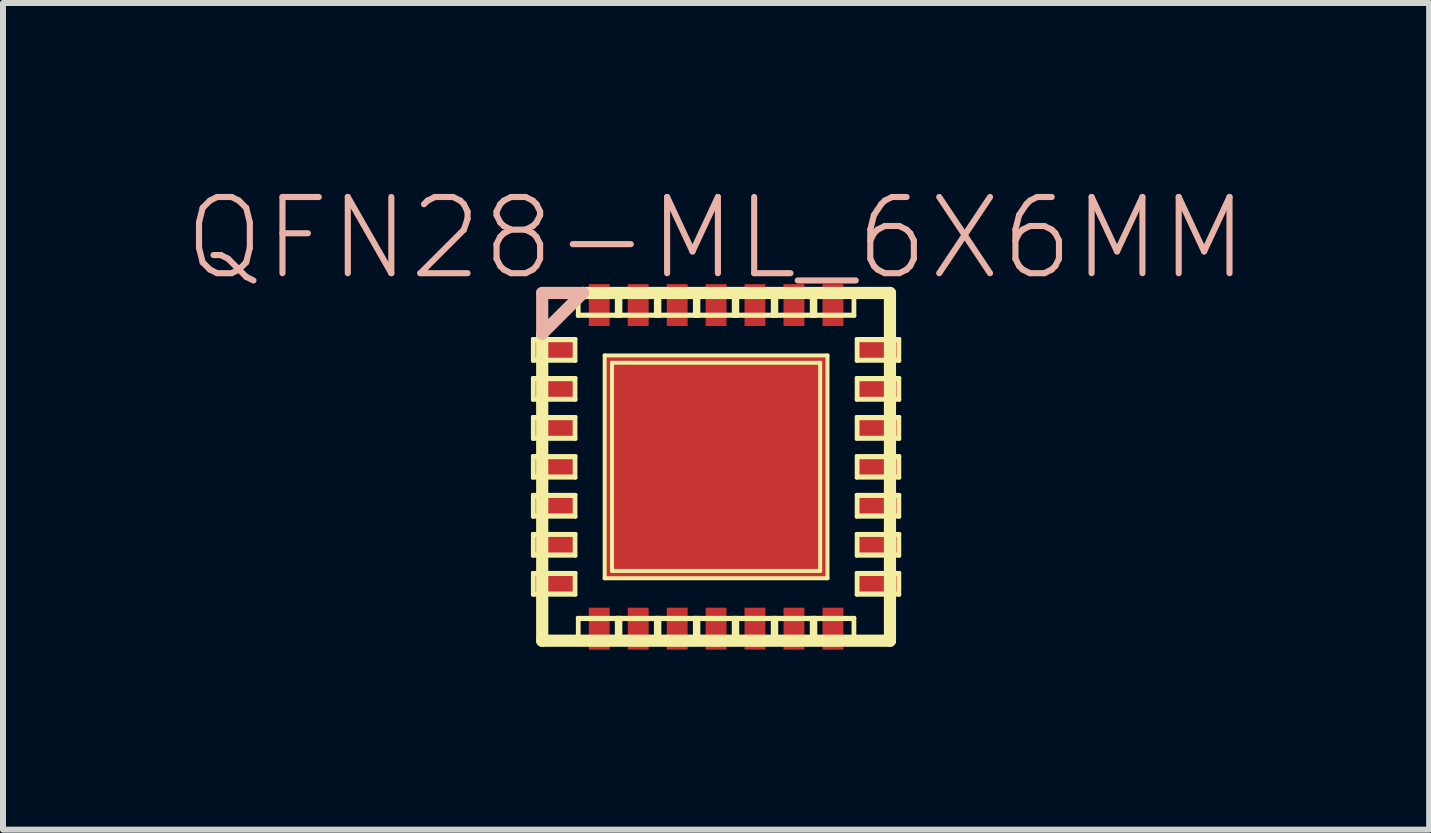
<source format=kicad_pcb>
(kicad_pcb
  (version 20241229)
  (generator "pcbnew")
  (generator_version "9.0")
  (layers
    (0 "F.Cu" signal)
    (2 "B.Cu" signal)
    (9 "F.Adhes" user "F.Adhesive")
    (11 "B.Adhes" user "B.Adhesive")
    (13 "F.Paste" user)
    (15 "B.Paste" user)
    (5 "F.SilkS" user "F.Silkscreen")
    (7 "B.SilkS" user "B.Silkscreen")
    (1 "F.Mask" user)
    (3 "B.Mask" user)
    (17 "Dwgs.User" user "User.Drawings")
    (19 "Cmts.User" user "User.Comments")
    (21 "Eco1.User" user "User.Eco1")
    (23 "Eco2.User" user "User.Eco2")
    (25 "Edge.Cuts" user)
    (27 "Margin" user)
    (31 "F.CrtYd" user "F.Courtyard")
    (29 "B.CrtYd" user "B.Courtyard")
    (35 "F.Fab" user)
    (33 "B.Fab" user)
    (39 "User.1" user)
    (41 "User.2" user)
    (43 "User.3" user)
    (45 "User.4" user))
  (footprint "QFN28-ML_6X6MM"
    (layer "F.Cu")
    (at 8.885 4.731)
    (property "Reference" "QFN28-ML_6X6MM" (at 0 -3.81 0) (layer "B.SilkS") (effects (font (size 1.27 1.27) (thickness 0.102))))
    (attr smd)
    (fp_line (start -3.053 -2.131) (end -2.344 -2.131) (stroke (width 0.066) (type solid)) (layer "F.SilkS"))
    (fp_line (start -3.053 -1.768) (end -3.053 -2.131) (stroke (width 0.066) (type solid)) (layer "F.SilkS"))
    (fp_line (start -3.053 -1.768) (end -2.344 -1.768) (stroke (width 0.066) (type solid)) (layer "F.SilkS"))
    (fp_line (start -3.053 -1.481) (end -2.344 -1.481) (stroke (width 0.066) (type solid)) (layer "F.SilkS"))
    (fp_line (start -3.053 -1.118) (end -3.053 -1.481) (stroke (width 0.066) (type solid)) (layer "F.SilkS"))
    (fp_line (start -3.053 -1.118) (end -2.344 -1.118) (stroke (width 0.066) (type solid)) (layer "F.SilkS"))
    (fp_line (start -3.053 -0.831) (end -2.344 -0.831) (stroke (width 0.066) (type solid)) (layer "F.SilkS"))
    (fp_line (start -3.053 -0.467) (end -3.053 -0.831) (stroke (width 0.066) (type solid)) (layer "F.SilkS"))
    (fp_line (start -3.053 -0.467) (end -2.344 -0.467) (stroke (width 0.066) (type solid)) (layer "F.SilkS"))
    (fp_line (start -3.053 -0.18) (end -2.344 -0.18) (stroke (width 0.066) (type solid)) (layer "F.SilkS"))
    (fp_line (start -3.053 0.18) (end -3.053 -0.18) (stroke (width 0.066) (type solid)) (layer "F.SilkS"))
    (fp_line (start -3.053 0.18) (end -2.344 0.18) (stroke (width 0.066) (type solid)) (layer "F.SilkS"))
    (fp_line (start -3.053 0.467) (end -2.344 0.467) (stroke (width 0.066) (type solid)) (layer "F.SilkS"))
    (fp_line (start -3.053 0.831) (end -3.053 0.467) (stroke (width 0.066) (type solid)) (layer "F.SilkS"))
    (fp_line (start -3.053 0.831) (end -2.344 0.831) (stroke (width 0.066) (type solid)) (layer "F.SilkS"))
    (fp_line (start -3.053 1.118) (end -2.344 1.118) (stroke (width 0.066) (type solid)) (layer "F.SilkS"))
    (fp_line (start -3.053 1.481) (end -3.053 1.118) (stroke (width 0.066) (type solid)) (layer "F.SilkS"))
    (fp_line (start -3.053 1.481) (end -2.344 1.481) (stroke (width 0.066) (type solid)) (layer "F.SilkS"))
    (fp_line (start -3.053 1.768) (end -2.344 1.768) (stroke (width 0.066) (type solid)) (layer "F.SilkS"))
    (fp_line (start -3.053 2.131) (end -3.053 1.768) (stroke (width 0.066) (type solid)) (layer "F.SilkS"))
    (fp_line (start -3.053 2.131) (end -2.344 2.131) (stroke (width 0.066) (type solid)) (layer "F.SilkS"))
    (fp_line (start -3.04 -2.111) (end -2.357 -2.111) (stroke (width 0.066) (type solid)) (layer "F.SilkS"))
    (fp_line (start -3.04 -1.786) (end -3.04 -2.111) (stroke (width 0.066) (type solid)) (layer "F.SilkS"))
    (fp_line (start -3.04 -1.786) (end -2.357 -1.786) (stroke (width 0.066) (type solid)) (layer "F.SilkS"))
    (fp_line (start -3.04 -1.46) (end -2.357 -1.46) (stroke (width 0.066) (type solid)) (layer "F.SilkS"))
    (fp_line (start -3.04 -1.135) (end -3.04 -1.46) (stroke (width 0.066) (type solid)) (layer "F.SilkS"))
    (fp_line (start -3.04 -1.135) (end -2.357 -1.135) (stroke (width 0.066) (type solid)) (layer "F.SilkS"))
    (fp_line (start -3.04 -0.81) (end -2.357 -0.81) (stroke (width 0.066) (type solid)) (layer "F.SilkS"))
    (fp_line (start -3.04 -0.485) (end -3.04 -0.81) (stroke (width 0.066) (type solid)) (layer "F.SilkS"))
    (fp_line (start -3.04 -0.485) (end -2.357 -0.485) (stroke (width 0.066) (type solid)) (layer "F.SilkS"))
    (fp_line (start -3.04 -0.16) (end -2.357 -0.16) (stroke (width 0.066) (type solid)) (layer "F.SilkS"))
    (fp_line (start -3.04 0.16) (end -3.04 -0.16) (stroke (width 0.066) (type solid)) (layer "F.SilkS"))
    (fp_line (start -3.04 0.16) (end -2.357 0.16) (stroke (width 0.066) (type solid)) (layer "F.SilkS"))
    (fp_line (start -3.04 0.485) (end -2.357 0.485) (stroke (width 0.066) (type solid)) (layer "F.SilkS"))
    (fp_line (start -3.04 0.81) (end -3.04 0.485) (stroke (width 0.066) (type solid)) (layer "F.SilkS"))
    (fp_line (start -3.04 0.81) (end -2.357 0.81) (stroke (width 0.066) (type solid)) (layer "F.SilkS"))
    (fp_line (start -3.04 1.135) (end -2.357 1.135) (stroke (width 0.066) (type solid)) (layer "F.SilkS"))
    (fp_line (start -3.04 1.46) (end -3.04 1.135) (stroke (width 0.066) (type solid)) (layer "F.SilkS"))
    (fp_line (start -3.04 1.46) (end -2.357 1.46) (stroke (width 0.066) (type solid)) (layer "F.SilkS"))
    (fp_line (start -3.04 1.786) (end -2.357 1.786) (stroke (width 0.066) (type solid)) (layer "F.SilkS"))
    (fp_line (start -3.04 2.111) (end -3.04 1.786) (stroke (width 0.066) (type solid)) (layer "F.SilkS"))
    (fp_line (start -3.04 2.111) (end -2.357 2.111) (stroke (width 0.066) (type solid)) (layer "F.SilkS"))
    (fp_line (start -2.898 -2.22) (end -2.898 2.898) (stroke (width 0.203) (type solid)) (layer "F.SilkS"))
    (fp_line (start -2.898 2.898) (end 2.898 2.898) (stroke (width 0.203) (type solid)) (layer "F.SilkS"))
    (fp_line (start -2.357 -1.786) (end -2.357 -2.111) (stroke (width 0.066) (type solid)) (layer "F.SilkS"))
    (fp_line (start -2.357 -1.135) (end -2.357 -1.46) (stroke (width 0.066) (type solid)) (layer "F.SilkS"))
    (fp_line (start -2.357 -0.485) (end -2.357 -0.81) (stroke (width 0.066) (type solid)) (layer "F.SilkS"))
    (fp_line (start -2.357 0.16) (end -2.357 -0.16) (stroke (width 0.066) (type solid)) (layer "F.SilkS"))
    (fp_line (start -2.357 0.81) (end -2.357 0.485) (stroke (width 0.066) (type solid)) (layer "F.SilkS"))
    (fp_line (start -2.357 1.46) (end -2.357 1.135) (stroke (width 0.066) (type solid)) (layer "F.SilkS"))
    (fp_line (start -2.357 2.111) (end -2.357 1.786) (stroke (width 0.066) (type solid)) (layer "F.SilkS"))
    (fp_line (start -2.344 -1.768) (end -2.344 -2.131) (stroke (width 0.066) (type solid)) (layer "F.SilkS"))
    (fp_line (start -2.344 -1.118) (end -2.344 -1.481) (stroke (width 0.066) (type solid)) (layer "F.SilkS"))
    (fp_line (start -2.344 -0.467) (end -2.344 -0.831) (stroke (width 0.066) (type solid)) (layer "F.SilkS"))
    (fp_line (start -2.344 0.18) (end -2.344 -0.18) (stroke (width 0.066) (type solid)) (layer "F.SilkS"))
    (fp_line (start -2.344 0.831) (end -2.344 0.467) (stroke (width 0.066) (type solid)) (layer "F.SilkS"))
    (fp_line (start -2.344 1.481) (end -2.344 1.118) (stroke (width 0.066) (type solid)) (layer "F.SilkS"))
    (fp_line (start -2.344 2.131) (end -2.344 1.768) (stroke (width 0.066) (type solid)) (layer "F.SilkS"))
    (fp_line (start -2.304 -2.88) (end -1.595 -2.88) (stroke (width 0.066) (type solid)) (layer "F.SilkS"))
    (fp_line (start -2.304 -2.517) (end -2.304 -2.88) (stroke (width 0.066) (type solid)) (layer "F.SilkS"))
    (fp_line (start -2.304 -2.517) (end -1.595 -2.517) (stroke (width 0.066) (type solid)) (layer "F.SilkS"))
    (fp_line (start -2.304 2.517) (end -1.595 2.517) (stroke (width 0.066) (type solid)) (layer "F.SilkS"))
    (fp_line (start -2.304 2.88) (end -2.304 2.517) (stroke (width 0.066) (type solid)) (layer "F.SilkS"))
    (fp_line (start -2.304 2.88) (end -1.595 2.88) (stroke (width 0.066) (type solid)) (layer "F.SilkS"))
    (fp_line (start -2.291 -2.863) (end -1.608 -2.863) (stroke (width 0.066) (type solid)) (layer "F.SilkS"))
    (fp_line (start -2.291 -2.537) (end -2.291 -2.863) (stroke (width 0.066) (type solid)) (layer "F.SilkS"))
    (fp_line (start -2.291 -2.537) (end -1.608 -2.537) (stroke (width 0.066) (type solid)) (layer "F.SilkS"))
    (fp_line (start -2.291 2.537) (end -1.608 2.537) (stroke (width 0.066) (type solid)) (layer "F.SilkS"))
    (fp_line (start -2.291 2.863) (end -2.291 2.537) (stroke (width 0.066) (type solid)) (layer "F.SilkS"))
    (fp_line (start -2.291 2.863) (end -1.608 2.863) (stroke (width 0.066) (type solid)) (layer "F.SilkS"))
    (fp_line (start -1.857 -1.857) (end 1.857 -1.857) (stroke (width 0.066) (type solid)) (layer "F.SilkS"))
    (fp_line (start -1.857 1.857) (end -1.857 -1.857) (stroke (width 0.066) (type solid)) (layer "F.SilkS"))
    (fp_line (start -1.857 1.857) (end 1.857 1.857) (stroke (width 0.066) (type solid)) (layer "F.SilkS"))
    (fp_line (start -1.735 -1.735) (end 1.735 -1.735) (stroke (width 0.066) (type solid)) (layer "F.SilkS"))
    (fp_line (start -1.735 1.735) (end -1.735 -1.735) (stroke (width 0.066) (type solid)) (layer "F.SilkS"))
    (fp_line (start -1.735 1.735) (end 1.735 1.735) (stroke (width 0.066) (type solid)) (layer "F.SilkS"))
    (fp_line (start -1.654 -2.88) (end -0.945 -2.88) (stroke (width 0.066) (type solid)) (layer "F.SilkS"))
    (fp_line (start -1.654 -2.517) (end -1.654 -2.88) (stroke (width 0.066) (type solid)) (layer "F.SilkS"))
    (fp_line (start -1.654 -2.517) (end -0.945 -2.517) (stroke (width 0.066) (type solid)) (layer "F.SilkS"))
    (fp_line (start -1.654 2.517) (end -0.945 2.517) (stroke (width 0.066) (type solid)) (layer "F.SilkS"))
    (fp_line (start -1.654 2.88) (end -1.654 2.517) (stroke (width 0.066) (type solid)) (layer "F.SilkS"))
    (fp_line (start -1.654 2.88) (end -0.945 2.88) (stroke (width 0.066) (type solid)) (layer "F.SilkS"))
    (fp_line (start -1.641 -2.863) (end -0.958 -2.863) (stroke (width 0.066) (type solid)) (layer "F.SilkS"))
    (fp_line (start -1.641 -2.537) (end -1.641 -2.863) (stroke (width 0.066) (type solid)) (layer "F.SilkS"))
    (fp_line (start -1.641 -2.537) (end -0.958 -2.537) (stroke (width 0.066) (type solid)) (layer "F.SilkS"))
    (fp_line (start -1.641 2.537) (end -0.958 2.537) (stroke (width 0.066) (type solid)) (layer "F.SilkS"))
    (fp_line (start -1.641 2.863) (end -1.641 2.537) (stroke (width 0.066) (type solid)) (layer "F.SilkS"))
    (fp_line (start -1.641 2.863) (end -0.958 2.863) (stroke (width 0.066) (type solid)) (layer "F.SilkS"))
    (fp_line (start -1.608 -2.537) (end -1.608 -2.863) (stroke (width 0.066) (type solid)) (layer "F.SilkS"))
    (fp_line (start -1.608 2.863) (end -1.608 2.537) (stroke (width 0.066) (type solid)) (layer "F.SilkS"))
    (fp_line (start -1.595 -2.517) (end -1.595 -2.88) (stroke (width 0.066) (type solid)) (layer "F.SilkS"))
    (fp_line (start -1.595 2.88) (end -1.595 2.517) (stroke (width 0.066) (type solid)) (layer "F.SilkS"))
    (fp_line (start -1.003 -2.88) (end -0.295 -2.88) (stroke (width 0.066) (type solid)) (layer "F.SilkS"))
    (fp_line (start -1.003 -2.517) (end -1.003 -2.88) (stroke (width 0.066) (type solid)) (layer "F.SilkS"))
    (fp_line (start -1.003 -2.517) (end -0.295 -2.517) (stroke (width 0.066) (type solid)) (layer "F.SilkS"))
    (fp_line (start -1.003 2.517) (end -0.295 2.517) (stroke (width 0.066) (type solid)) (layer "F.SilkS"))
    (fp_line (start -1.003 2.88) (end -1.003 2.517) (stroke (width 0.066) (type solid)) (layer "F.SilkS"))
    (fp_line (start -1.003 2.88) (end -0.295 2.88) (stroke (width 0.066) (type solid)) (layer "F.SilkS"))
    (fp_line (start -0.991 -2.863) (end -0.307 -2.863) (stroke (width 0.066) (type solid)) (layer "F.SilkS"))
    (fp_line (start -0.991 -2.537) (end -0.991 -2.863) (stroke (width 0.066) (type solid)) (layer "F.SilkS"))
    (fp_line (start -0.991 -2.537) (end -0.307 -2.537) (stroke (width 0.066) (type solid)) (layer "F.SilkS"))
    (fp_line (start -0.991 2.537) (end -0.307 2.537) (stroke (width 0.066) (type solid)) (layer "F.SilkS"))
    (fp_line (start -0.991 2.863) (end -0.991 2.537) (stroke (width 0.066) (type solid)) (layer "F.SilkS"))
    (fp_line (start -0.991 2.863) (end -0.307 2.863) (stroke (width 0.066) (type solid)) (layer "F.SilkS"))
    (fp_line (start -0.958 -2.537) (end -0.958 -2.863) (stroke (width 0.066) (type solid)) (layer "F.SilkS"))
    (fp_line (start -0.958 2.863) (end -0.958 2.537) (stroke (width 0.066) (type solid)) (layer "F.SilkS"))
    (fp_line (start -0.945 -2.517) (end -0.945 -2.88) (stroke (width 0.066) (type solid)) (layer "F.SilkS"))
    (fp_line (start -0.945 2.88) (end -0.945 2.517) (stroke (width 0.066) (type solid)) (layer "F.SilkS"))
    (fp_line (start -0.353 -2.88) (end 0.353 -2.88) (stroke (width 0.066) (type solid)) (layer "F.SilkS"))
    (fp_line (start -0.353 -2.517) (end -0.353 -2.88) (stroke (width 0.066) (type solid)) (layer "F.SilkS"))
    (fp_line (start -0.353 -2.517) (end 0.353 -2.517) (stroke (width 0.066) (type solid)) (layer "F.SilkS"))
    (fp_line (start -0.353 2.517) (end 0.353 2.517) (stroke (width 0.066) (type solid)) (layer "F.SilkS"))
    (fp_line (start -0.353 2.88) (end -0.353 2.517) (stroke (width 0.066) (type solid)) (layer "F.SilkS"))
    (fp_line (start -0.353 2.88) (end 0.353 2.88) (stroke (width 0.066) (type solid)) (layer "F.SilkS"))
    (fp_line (start -0.34 -2.863) (end 0.34 -2.863) (stroke (width 0.066) (type solid)) (layer "F.SilkS"))
    (fp_line (start -0.34 -2.537) (end -0.34 -2.863) (stroke (width 0.066) (type solid)) (layer "F.SilkS"))
    (fp_line (start -0.34 -2.537) (end 0.34 -2.537) (stroke (width 0.066) (type solid)) (layer "F.SilkS"))
    (fp_line (start -0.34 2.537) (end 0.34 2.537) (stroke (width 0.066) (type solid)) (layer "F.SilkS"))
    (fp_line (start -0.34 2.863) (end -0.34 2.537) (stroke (width 0.066) (type solid)) (layer "F.SilkS"))
    (fp_line (start -0.34 2.863) (end 0.34 2.863) (stroke (width 0.066) (type solid)) (layer "F.SilkS"))
    (fp_line (start -0.307 -2.537) (end -0.307 -2.863) (stroke (width 0.066) (type solid)) (layer "F.SilkS"))
    (fp_line (start -0.307 2.863) (end -0.307 2.537) (stroke (width 0.066) (type solid)) (layer "F.SilkS"))
    (fp_line (start -0.295 -2.517) (end -0.295 -2.88) (stroke (width 0.066) (type solid)) (layer "F.SilkS"))
    (fp_line (start -0.295 2.88) (end -0.295 2.517) (stroke (width 0.066) (type solid)) (layer "F.SilkS"))
    (fp_line (start 0.295 -2.88) (end 1.003 -2.88) (stroke (width 0.066) (type solid)) (layer "F.SilkS"))
    (fp_line (start 0.295 -2.517) (end 0.295 -2.88) (stroke (width 0.066) (type solid)) (layer "F.SilkS"))
    (fp_line (start 0.295 -2.517) (end 1.003 -2.517) (stroke (width 0.066) (type solid)) (layer "F.SilkS"))
    (fp_line (start 0.295 2.517) (end 1.003 2.517) (stroke (width 0.066) (type solid)) (layer "F.SilkS"))
    (fp_line (start 0.295 2.88) (end 0.295 2.517) (stroke (width 0.066) (type solid)) (layer "F.SilkS"))
    (fp_line (start 0.295 2.88) (end 1.003 2.88) (stroke (width 0.066) (type solid)) (layer "F.SilkS"))
    (fp_line (start 0.307 -2.863) (end 0.991 -2.863) (stroke (width 0.066) (type solid)) (layer "F.SilkS"))
    (fp_line (start 0.307 -2.537) (end 0.307 -2.863) (stroke (width 0.066) (type solid)) (layer "F.SilkS"))
    (fp_line (start 0.307 -2.537) (end 0.991 -2.537) (stroke (width 0.066) (type solid)) (layer "F.SilkS"))
    (fp_line (start 0.307 2.537) (end 0.991 2.537) (stroke (width 0.066) (type solid)) (layer "F.SilkS"))
    (fp_line (start 0.307 2.863) (end 0.307 2.537) (stroke (width 0.066) (type solid)) (layer "F.SilkS"))
    (fp_line (start 0.307 2.863) (end 0.991 2.863) (stroke (width 0.066) (type solid)) (layer "F.SilkS"))
    (fp_line (start 0.34 -2.537) (end 0.34 -2.863) (stroke (width 0.066) (type solid)) (layer "F.SilkS"))
    (fp_line (start 0.34 2.863) (end 0.34 2.537) (stroke (width 0.066) (type solid)) (layer "F.SilkS"))
    (fp_line (start 0.353 -2.517) (end 0.353 -2.88) (stroke (width 0.066) (type solid)) (layer "F.SilkS"))
    (fp_line (start 0.353 2.88) (end 0.353 2.517) (stroke (width 0.066) (type solid)) (layer "F.SilkS"))
    (fp_line (start 0.945 -2.88) (end 1.654 -2.88) (stroke (width 0.066) (type solid)) (layer "F.SilkS"))
    (fp_line (start 0.945 -2.517) (end 0.945 -2.88) (stroke (width 0.066) (type solid)) (layer "F.SilkS"))
    (fp_line (start 0.945 -2.517) (end 1.654 -2.517) (stroke (width 0.066) (type solid)) (layer "F.SilkS"))
    (fp_line (start 0.945 2.517) (end 1.654 2.517) (stroke (width 0.066) (type solid)) (layer "F.SilkS"))
    (fp_line (start 0.945 2.88) (end 0.945 2.517) (stroke (width 0.066) (type solid)) (layer "F.SilkS"))
    (fp_line (start 0.945 2.88) (end 1.654 2.88) (stroke (width 0.066) (type solid)) (layer "F.SilkS"))
    (fp_line (start 0.958 -2.863) (end 1.641 -2.863) (stroke (width 0.066) (type solid)) (layer "F.SilkS"))
    (fp_line (start 0.958 -2.537) (end 0.958 -2.863) (stroke (width 0.066) (type solid)) (layer "F.SilkS"))
    (fp_line (start 0.958 -2.537) (end 1.641 -2.537) (stroke (width 0.066) (type solid)) (layer "F.SilkS"))
    (fp_line (start 0.958 2.537) (end 1.641 2.537) (stroke (width 0.066) (type solid)) (layer "F.SilkS"))
    (fp_line (start 0.958 2.863) (end 0.958 2.537) (stroke (width 0.066) (type solid)) (layer "F.SilkS"))
    (fp_line (start 0.958 2.863) (end 1.641 2.863) (stroke (width 0.066) (type solid)) (layer "F.SilkS"))
    (fp_line (start 0.991 -2.537) (end 0.991 -2.863) (stroke (width 0.066) (type solid)) (layer "F.SilkS"))
    (fp_line (start 0.991 2.863) (end 0.991 2.537) (stroke (width 0.066) (type solid)) (layer "F.SilkS"))
    (fp_line (start 1.003 -2.517) (end 1.003 -2.88) (stroke (width 0.066) (type solid)) (layer "F.SilkS"))
    (fp_line (start 1.003 2.88) (end 1.003 2.517) (stroke (width 0.066) (type solid)) (layer "F.SilkS"))
    (fp_line (start 1.595 -2.88) (end 2.304 -2.88) (stroke (width 0.066) (type solid)) (layer "F.SilkS"))
    (fp_line (start 1.595 -2.517) (end 1.595 -2.88) (stroke (width 0.066) (type solid)) (layer "F.SilkS"))
    (fp_line (start 1.595 -2.517) (end 2.304 -2.517) (stroke (width 0.066) (type solid)) (layer "F.SilkS"))
    (fp_line (start 1.595 2.517) (end 2.304 2.517) (stroke (width 0.066) (type solid)) (layer "F.SilkS"))
    (fp_line (start 1.595 2.88) (end 1.595 2.517) (stroke (width 0.066) (type solid)) (layer "F.SilkS"))
    (fp_line (start 1.595 2.88) (end 2.304 2.88) (stroke (width 0.066) (type solid)) (layer "F.SilkS"))
    (fp_line (start 1.608 -2.863) (end 2.291 -2.863) (stroke (width 0.066) (type solid)) (layer "F.SilkS"))
    (fp_line (start 1.608 -2.537) (end 1.608 -2.863) (stroke (width 0.066) (type solid)) (layer "F.SilkS"))
    (fp_line (start 1.608 -2.537) (end 2.291 -2.537) (stroke (width 0.066) (type solid)) (layer "F.SilkS"))
    (fp_line (start 1.608 2.537) (end 2.291 2.537) (stroke (width 0.066) (type solid)) (layer "F.SilkS"))
    (fp_line (start 1.608 2.863) (end 1.608 2.537) (stroke (width 0.066) (type solid)) (layer "F.SilkS"))
    (fp_line (start 1.608 2.863) (end 2.291 2.863) (stroke (width 0.066) (type solid)) (layer "F.SilkS"))
    (fp_line (start 1.641 -2.537) (end 1.641 -2.863) (stroke (width 0.066) (type solid)) (layer "F.SilkS"))
    (fp_line (start 1.641 2.863) (end 1.641 2.537) (stroke (width 0.066) (type solid)) (layer "F.SilkS"))
    (fp_line (start 1.654 -2.517) (end 1.654 -2.88) (stroke (width 0.066) (type solid)) (layer "F.SilkS"))
    (fp_line (start 1.654 2.88) (end 1.654 2.517) (stroke (width 0.066) (type solid)) (layer "F.SilkS"))
    (fp_line (start 1.735 1.735) (end 1.735 -1.735) (stroke (width 0.066) (type solid)) (layer "F.SilkS"))
    (fp_line (start 1.857 1.857) (end 1.857 -1.857) (stroke (width 0.066) (type solid)) (layer "F.SilkS"))
    (fp_line (start 2.291 -2.537) (end 2.291 -2.863) (stroke (width 0.066) (type solid)) (layer "F.SilkS"))
    (fp_line (start 2.291 2.863) (end 2.291 2.537) (stroke (width 0.066) (type solid)) (layer "F.SilkS"))
    (fp_line (start 2.304 -2.517) (end 2.304 -2.88) (stroke (width 0.066) (type solid)) (layer "F.SilkS"))
    (fp_line (start 2.304 2.88) (end 2.304 2.517) (stroke (width 0.066) (type solid)) (layer "F.SilkS"))
    (fp_line (start 2.344 -2.131) (end 3.053 -2.131) (stroke (width 0.066) (type solid)) (layer "F.SilkS"))
    (fp_line (start 2.344 -1.768) (end 2.344 -2.131) (stroke (width 0.066) (type solid)) (layer "F.SilkS"))
    (fp_line (start 2.344 -1.768) (end 3.053 -1.768) (stroke (width 0.066) (type solid)) (layer "F.SilkS"))
    (fp_line (start 2.344 -1.481) (end 3.053 -1.481) (stroke (width 0.066) (type solid)) (layer "F.SilkS"))
    (fp_line (start 2.344 -1.118) (end 2.344 -1.481) (stroke (width 0.066) (type solid)) (layer "F.SilkS"))
    (fp_line (start 2.344 -1.118) (end 3.053 -1.118) (stroke (width 0.066) (type solid)) (layer "F.SilkS"))
    (fp_line (start 2.344 -0.831) (end 3.053 -0.831) (stroke (width 0.066) (type solid)) (layer "F.SilkS"))
    (fp_line (start 2.344 -0.467) (end 2.344 -0.831) (stroke (width 0.066) (type solid)) (layer "F.SilkS"))
    (fp_line (start 2.344 -0.467) (end 3.053 -0.467) (stroke (width 0.066) (type solid)) (layer "F.SilkS"))
    (fp_line (start 2.344 -0.18) (end 3.053 -0.18) (stroke (width 0.066) (type solid)) (layer "F.SilkS"))
    (fp_line (start 2.344 0.18) (end 2.344 -0.18) (stroke (width 0.066) (type solid)) (layer "F.SilkS"))
    (fp_line (start 2.344 0.18) (end 3.053 0.18) (stroke (width 0.066) (type solid)) (layer "F.SilkS"))
    (fp_line (start 2.344 0.467) (end 3.053 0.467) (stroke (width 0.066) (type solid)) (layer "F.SilkS"))
    (fp_line (start 2.344 0.831) (end 2.344 0.467) (stroke (width 0.066) (type solid)) (layer "F.SilkS"))
    (fp_line (start 2.344 0.831) (end 3.053 0.831) (stroke (width 0.066) (type solid)) (layer "F.SilkS"))
    (fp_line (start 2.344 1.118) (end 3.053 1.118) (stroke (width 0.066) (type solid)) (layer "F.SilkS"))
    (fp_line (start 2.344 1.481) (end 2.344 1.118) (stroke (width 0.066) (type solid)) (layer "F.SilkS"))
    (fp_line (start 2.344 1.481) (end 3.053 1.481) (stroke (width 0.066) (type solid)) (layer "F.SilkS"))
    (fp_line (start 2.344 1.768) (end 3.053 1.768) (stroke (width 0.066) (type solid)) (layer "F.SilkS"))
    (fp_line (start 2.344 2.131) (end 2.344 1.768) (stroke (width 0.066) (type solid)) (layer "F.SilkS"))
    (fp_line (start 2.344 2.131) (end 3.053 2.131) (stroke (width 0.066) (type solid)) (layer "F.SilkS"))
    (fp_line (start 2.357 -2.111) (end 3.04 -2.111) (stroke (width 0.066) (type solid)) (layer "F.SilkS"))
    (fp_line (start 2.357 -1.786) (end 2.357 -2.111) (stroke (width 0.066) (type solid)) (layer "F.SilkS"))
    (fp_line (start 2.357 -1.786) (end 3.04 -1.786) (stroke (width 0.066) (type solid)) (layer "F.SilkS"))
    (fp_line (start 2.357 -1.46) (end 3.04 -1.46) (stroke (width 0.066) (type solid)) (layer "F.SilkS"))
    (fp_line (start 2.357 -1.135) (end 2.357 -1.46) (stroke (width 0.066) (type solid)) (layer "F.SilkS"))
    (fp_line (start 2.357 -1.135) (end 3.04 -1.135) (stroke (width 0.066) (type solid)) (layer "F.SilkS"))
    (fp_line (start 2.357 -0.81) (end 3.04 -0.81) (stroke (width 0.066) (type solid)) (layer "F.SilkS"))
    (fp_line (start 2.357 -0.485) (end 2.357 -0.81) (stroke (width 0.066) (type solid)) (layer "F.SilkS"))
    (fp_line (start 2.357 -0.485) (end 3.04 -0.485) (stroke (width 0.066) (type solid)) (layer "F.SilkS"))
    (fp_line (start 2.357 -0.16) (end 3.04 -0.16) (stroke (width 0.066) (type solid)) (layer "F.SilkS"))
    (fp_line (start 2.357 0.16) (end 2.357 -0.16) (stroke (width 0.066) (type solid)) (layer "F.SilkS"))
    (fp_line (start 2.357 0.16) (end 3.04 0.16) (stroke (width 0.066) (type solid)) (layer "F.SilkS"))
    (fp_line (start 2.357 0.485) (end 3.04 0.485) (stroke (width 0.066) (type solid)) (layer "F.SilkS"))
    (fp_line (start 2.357 0.81) (end 2.357 0.485) (stroke (width 0.066) (type solid)) (layer "F.SilkS"))
    (fp_line (start 2.357 0.81) (end 3.04 0.81) (stroke (width 0.066) (type solid)) (layer "F.SilkS"))
    (fp_line (start 2.357 1.135) (end 3.04 1.135) (stroke (width 0.066) (type solid)) (layer "F.SilkS"))
    (fp_line (start 2.357 1.46) (end 2.357 1.135) (stroke (width 0.066) (type solid)) (layer "F.SilkS"))
    (fp_line (start 2.357 1.46) (end 3.04 1.46) (stroke (width 0.066) (type solid)) (layer "F.SilkS"))
    (fp_line (start 2.357 1.786) (end 3.04 1.786) (stroke (width 0.066) (type solid)) (layer "F.SilkS"))
    (fp_line (start 2.357 2.111) (end 2.357 1.786) (stroke (width 0.066) (type solid)) (layer "F.SilkS"))
    (fp_line (start 2.357 2.111) (end 3.04 2.111) (stroke (width 0.066) (type solid)) (layer "F.SilkS"))
    (fp_line (start 2.898 -2.898) (end -2.22 -2.898) (stroke (width 0.203) (type solid)) (layer "F.SilkS"))
    (fp_line (start 2.898 2.898) (end 2.898 -2.898) (stroke (width 0.203) (type solid)) (layer "F.SilkS"))
    (fp_line (start 3.04 -1.786) (end 3.04 -2.111) (stroke (width 0.066) (type solid)) (layer "F.SilkS"))
    (fp_line (start 3.04 -1.135) (end 3.04 -1.46) (stroke (width 0.066) (type solid)) (layer "F.SilkS"))
    (fp_line (start 3.04 -0.485) (end 3.04 -0.81) (stroke (width 0.066) (type solid)) (layer "F.SilkS"))
    (fp_line (start 3.04 0.16) (end 3.04 -0.16) (stroke (width 0.066) (type solid)) (layer "F.SilkS"))
    (fp_line (start 3.04 0.81) (end 3.04 0.485) (stroke (width 0.066) (type solid)) (layer "F.SilkS"))
    (fp_line (start 3.04 1.46) (end 3.04 1.135) (stroke (width 0.066) (type solid)) (layer "F.SilkS"))
    (fp_line (start 3.04 2.111) (end 3.04 1.786) (stroke (width 0.066) (type solid)) (layer "F.SilkS"))
    (fp_line (start 3.053 -1.768) (end 3.053 -2.131) (stroke (width 0.066) (type solid)) (layer "F.SilkS"))
    (fp_line (start 3.053 -1.118) (end 3.053 -1.481) (stroke (width 0.066) (type solid)) (layer "F.SilkS"))
    (fp_line (start 3.053 -0.467) (end 3.053 -0.831) (stroke (width 0.066) (type solid)) (layer "F.SilkS"))
    (fp_line (start 3.053 0.18) (end 3.053 -0.18) (stroke (width 0.066) (type solid)) (layer "F.SilkS"))
    (fp_line (start 3.053 0.831) (end 3.053 0.467) (stroke (width 0.066) (type solid)) (layer "F.SilkS"))
    (fp_line (start 3.053 1.481) (end 3.053 1.118) (stroke (width 0.066) (type solid)) (layer "F.SilkS"))
    (fp_line (start 3.053 2.131) (end 3.053 1.768) (stroke (width 0.066) (type solid)) (layer "F.SilkS"))
    (fp_line (start -2.898 -2.898) (end -2.22 -2.898) (stroke (width 0.203) (type solid)) (layer "B.SilkS"))
    (fp_line (start -2.898 -2.22) (end -2.898 -2.898) (stroke (width 0.203) (type solid)) (layer "B.SilkS"))
    (fp_line (start -2.22 -2.898) (end -2.898 -2.22) (stroke (width 0.203) (type solid)) (layer "B.SilkS"))
    (fp_line (start -2.22 -2.898) (end -2.22 -2.898) (stroke (width 0.203) (type solid)) (layer "B.SilkS"))
    (pad "1" smd rect (at -2.697 -1.948) (size 0.699 0.348) (layers "F.Cu" "F.Mask" "F.Paste"))
    (pad "2" smd rect (at -2.697 -1.298) (size 0.699 0.348) (layers "F.Cu" "F.Mask" "F.Paste"))
    (pad "3" smd rect (at -2.697 -0.648) (size 0.699 0.348) (layers "F.Cu" "F.Mask" "F.Paste"))
    (pad "4" smd rect (at -2.697 0) (size 0.699 0.348) (layers "F.Cu" "F.Mask" "F.Paste"))
    (pad "5" smd rect (at -2.697 0.648) (size 0.699 0.348) (layers "F.Cu" "F.Mask" "F.Paste"))
    (pad "6" smd rect (at -2.697 1.298) (size 0.699 0.348) (layers "F.Cu" "F.Mask" "F.Paste"))
    (pad "7" smd rect (at -2.697 1.948) (size 0.699 0.348) (layers "F.Cu" "F.Mask" "F.Paste"))
    (pad "8" smd rect (at -1.948 2.697) (size 0.348 0.699) (layers "F.Cu" "F.Mask" "F.Paste"))
    (pad "9" smd rect (at -1.298 2.697) (size 0.348 0.699) (layers "F.Cu" "F.Mask" "F.Paste"))
    (pad "10" smd rect (at -0.648 2.697) (size 0.348 0.699) (layers "F.Cu" "F.Mask" "F.Paste"))
    (pad "11" smd rect (at 0 2.697) (size 0.348 0.699) (layers "F.Cu" "F.Mask" "F.Paste"))
    (pad "12" smd rect (at 0.648 2.697) (size 0.348 0.699) (layers "F.Cu" "F.Mask" "F.Paste"))
    (pad "13" smd rect (at 1.298 2.697) (size 0.348 0.699) (layers "F.Cu" "F.Mask" "F.Paste"))
    (pad "14" smd rect (at 1.948 2.697) (size 0.348 0.699) (layers "F.Cu" "F.Mask" "F.Paste"))
    (pad "15" smd rect (at 2.697 1.948) (size 0.699 0.348) (layers "F.Cu" "F.Mask" "F.Paste"))
    (pad "16" smd rect (at 2.697 1.298) (size 0.699 0.348) (layers "F.Cu" "F.Mask" "F.Paste"))
    (pad "17" smd rect (at 2.697 0.648) (size 0.699 0.348) (layers "F.Cu" "F.Mask" "F.Paste"))
    (pad "18" smd rect (at 2.697 0) (size 0.699 0.348) (layers "F.Cu" "F.Mask" "F.Paste"))
    (pad "19" smd rect (at 2.697 -0.648) (size 0.699 0.348) (layers "F.Cu" "F.Mask" "F.Paste"))
    (pad "20" smd rect (at 2.697 -1.298) (size 0.699 0.348) (layers "F.Cu" "F.Mask" "F.Paste"))
    (pad "21" smd rect (at 2.697 -1.948) (size 0.699 0.348) (layers "F.Cu" "F.Mask" "F.Paste"))
    (pad "22" smd rect (at 1.948 -2.697) (size 0.348 0.699) (layers "F.Cu" "F.Mask" "F.Paste"))
    (pad "23" smd rect (at 1.298 -2.697) (size 0.348 0.699) (layers "F.Cu" "F.Mask" "F.Paste"))
    (pad "24" smd rect (at 0.648 -2.697) (size 0.348 0.699) (layers "F.Cu" "F.Mask" "F.Paste"))
    (pad "25" smd rect (at 0 -2.697) (size 0.348 0.699) (layers "F.Cu" "F.Mask" "F.Paste"))
    (pad "26" smd rect (at -0.648 -2.697) (size 0.348 0.699) (layers "F.Cu" "F.Mask" "F.Paste"))
    (pad "27" smd rect (at -1.298 -2.697) (size 0.348 0.699) (layers "F.Cu" "F.Mask" "F.Paste"))
    (pad "28" smd rect (at -1.948 -2.697) (size 0.348 0.699) (layers "F.Cu" "F.Mask" "F.Paste"))
    (pad "EXP" smd rect (at 0 0) (size 3.698 3.698) (layers "F.Cu" "F.Mask" "F.Paste")))
  (gr_rect
    (start -3 -3)
    (end 20.77 10.778)
    (stroke (width 0.1) (type default))
    (fill no)
    (layer "Edge.Cuts")))
</source>
